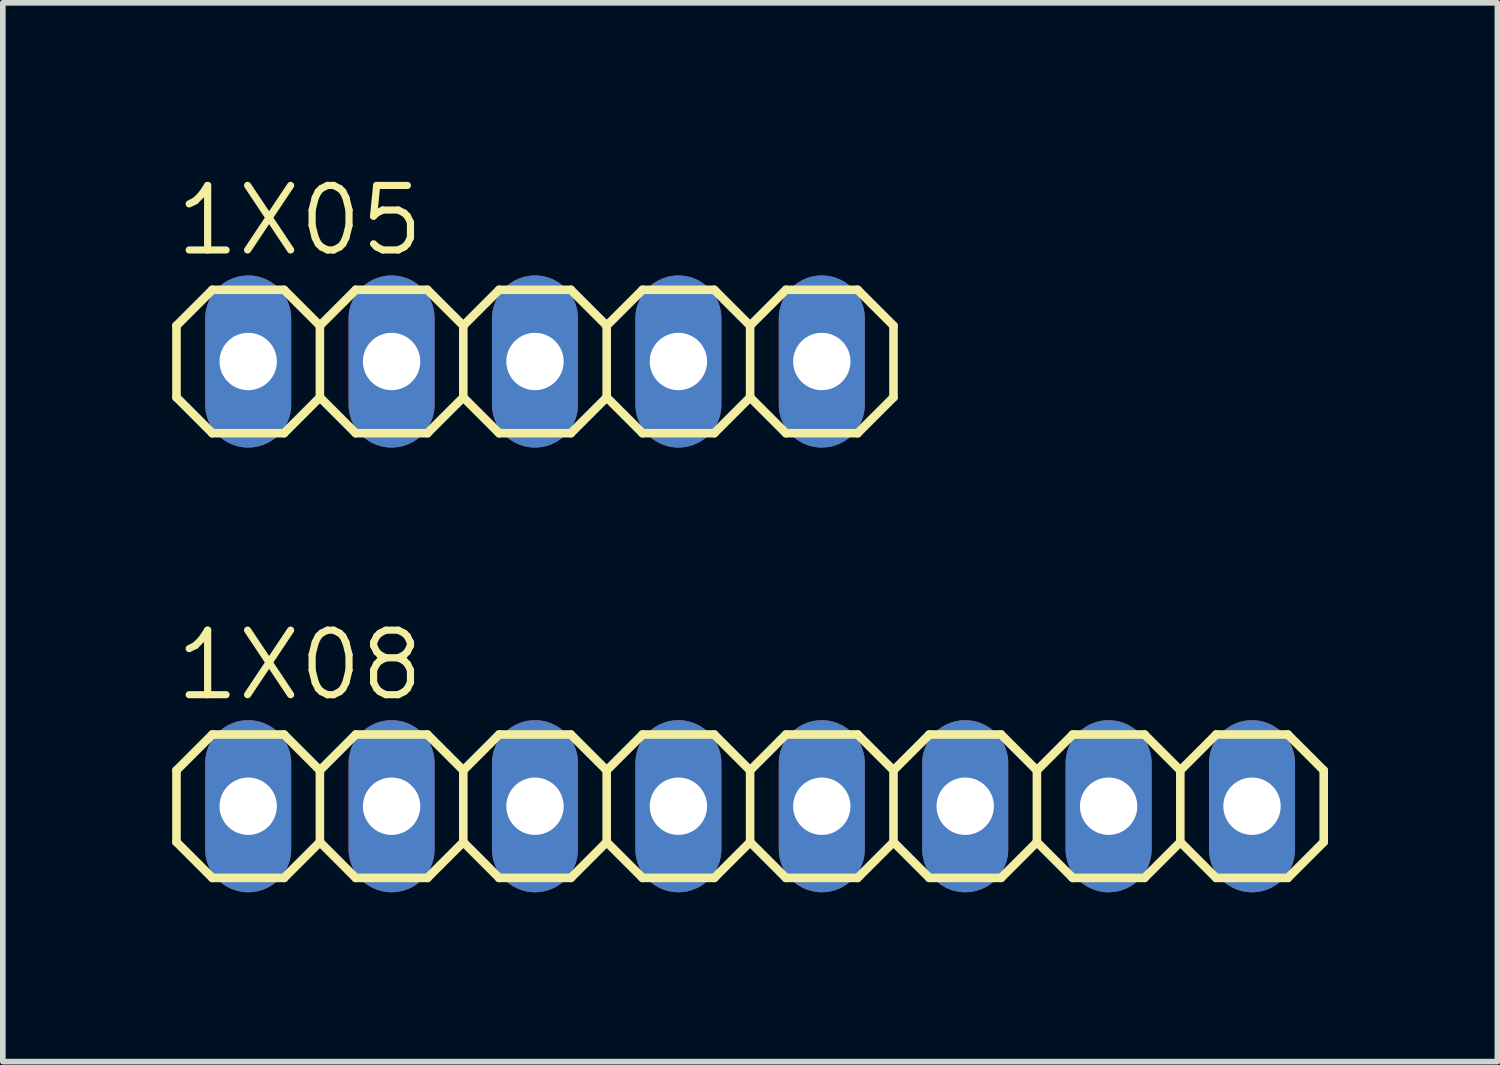
<source format=kicad_pcb>
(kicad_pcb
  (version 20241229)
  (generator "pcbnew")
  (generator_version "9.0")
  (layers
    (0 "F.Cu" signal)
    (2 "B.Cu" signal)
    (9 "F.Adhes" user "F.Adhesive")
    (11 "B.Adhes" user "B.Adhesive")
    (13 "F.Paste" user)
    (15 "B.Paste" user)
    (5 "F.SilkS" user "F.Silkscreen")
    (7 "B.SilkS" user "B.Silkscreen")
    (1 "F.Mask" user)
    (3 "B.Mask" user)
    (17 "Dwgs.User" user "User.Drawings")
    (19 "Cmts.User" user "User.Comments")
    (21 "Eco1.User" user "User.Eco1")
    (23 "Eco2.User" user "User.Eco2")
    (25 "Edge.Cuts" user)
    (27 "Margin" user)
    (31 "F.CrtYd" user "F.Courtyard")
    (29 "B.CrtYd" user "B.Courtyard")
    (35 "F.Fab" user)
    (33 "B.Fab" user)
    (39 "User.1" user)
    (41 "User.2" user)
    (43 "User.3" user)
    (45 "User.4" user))
  (footprint "1X05"
    (layer "F.Cu")
    (at 6.426 3.353)
    (property "Reference" "1X05" (at -6.426 -1.829 0) (layer "F.SilkS") (effects (font (size 1.143 1.143) (thickness 0.127)) (justify left bottom)))
    (fp_line (start -6.35 -0.635) (end -6.35 0.635) (stroke (width 0.152) (type solid)) (layer "F.SilkS"))
    (fp_line (start -6.35 0.635) (end -5.715 1.27) (stroke (width 0.152) (type solid)) (layer "F.SilkS"))
    (fp_line (start -5.715 -1.27) (end -6.35 -0.635) (stroke (width 0.152) (type solid)) (layer "F.SilkS"))
    (fp_line (start -5.715 -1.27) (end -4.445 -1.27) (stroke (width 0.152) (type solid)) (layer "F.SilkS"))
    (fp_line (start -4.445 -1.27) (end -3.81 -0.635) (stroke (width 0.152) (type solid)) (layer "F.SilkS"))
    (fp_line (start -4.445 1.27) (end -5.715 1.27) (stroke (width 0.152) (type solid)) (layer "F.SilkS"))
    (fp_line (start -3.81 -0.635) (end -3.81 0.635) (stroke (width 0.152) (type solid)) (layer "F.SilkS"))
    (fp_line (start -3.81 -0.635) (end -3.175 -1.27) (stroke (width 0.152) (type solid)) (layer "F.SilkS"))
    (fp_line (start -3.81 0.635) (end -4.445 1.27) (stroke (width 0.152) (type solid)) (layer "F.SilkS"))
    (fp_line (start -3.175 -1.27) (end -1.905 -1.27) (stroke (width 0.152) (type solid)) (layer "F.SilkS"))
    (fp_line (start -3.175 1.27) (end -3.81 0.635) (stroke (width 0.152) (type solid)) (layer "F.SilkS"))
    (fp_line (start -1.905 -1.27) (end -1.27 -0.635) (stroke (width 0.152) (type solid)) (layer "F.SilkS"))
    (fp_line (start -1.905 1.27) (end -3.175 1.27) (stroke (width 0.152) (type solid)) (layer "F.SilkS"))
    (fp_line (start -1.27 -0.635) (end -1.27 0.635) (stroke (width 0.152) (type solid)) (layer "F.SilkS"))
    (fp_line (start -1.27 -0.635) (end -0.635 -1.27) (stroke (width 0.152) (type solid)) (layer "F.SilkS"))
    (fp_line (start -1.27 0.635) (end -1.905 1.27) (stroke (width 0.152) (type solid)) (layer "F.SilkS"))
    (fp_line (start -0.635 -1.27) (end 0.635 -1.27) (stroke (width 0.152) (type solid)) (layer "F.SilkS"))
    (fp_line (start -0.635 1.27) (end -1.27 0.635) (stroke (width 0.152) (type solid)) (layer "F.SilkS"))
    (fp_line (start 0.635 -1.27) (end 1.27 -0.635) (stroke (width 0.152) (type solid)) (layer "F.SilkS"))
    (fp_line (start 0.635 1.27) (end -0.635 1.27) (stroke (width 0.152) (type solid)) (layer "F.SilkS"))
    (fp_line (start 1.27 -0.635) (end 1.27 0.635) (stroke (width 0.152) (type solid)) (layer "F.SilkS"))
    (fp_line (start 1.27 0.635) (end 0.635 1.27) (stroke (width 0.152) (type solid)) (layer "F.SilkS"))
    (fp_line (start 1.27 0.635) (end 1.905 1.27) (stroke (width 0.152) (type solid)) (layer "F.SilkS"))
    (fp_line (start 1.905 -1.27) (end 1.27 -0.635) (stroke (width 0.152) (type solid)) (layer "F.SilkS"))
    (fp_line (start 1.905 -1.27) (end 3.175 -1.27) (stroke (width 0.152) (type solid)) (layer "F.SilkS"))
    (fp_line (start 3.175 -1.27) (end 3.81 -0.635) (stroke (width 0.152) (type solid)) (layer "F.SilkS"))
    (fp_line (start 3.175 1.27) (end 1.905 1.27) (stroke (width 0.152) (type solid)) (layer "F.SilkS"))
    (fp_line (start 3.81 -0.635) (end 3.81 0.635) (stroke (width 0.152) (type solid)) (layer "F.SilkS"))
    (fp_line (start 3.81 0.635) (end 3.175 1.27) (stroke (width 0.152) (type solid)) (layer "F.SilkS"))
    (fp_line (start 3.81 0.635) (end 4.445 1.27) (stroke (width 0.152) (type solid)) (layer "F.SilkS"))
    (fp_line (start 4.445 -1.27) (end 3.81 -0.635) (stroke (width 0.152) (type solid)) (layer "F.SilkS"))
    (fp_line (start 4.445 -1.27) (end 5.715 -1.27) (stroke (width 0.152) (type solid)) (layer "F.SilkS"))
    (fp_line (start 5.715 -1.27) (end 6.35 -0.635) (stroke (width 0.152) (type solid)) (layer "F.SilkS"))
    (fp_line (start 5.715 1.27) (end 4.445 1.27) (stroke (width 0.152) (type solid)) (layer "F.SilkS"))
    (fp_line (start 6.35 -0.635) (end 6.35 0.635) (stroke (width 0.152) (type solid)) (layer "F.SilkS"))
    (fp_line (start 6.35 0.635) (end 5.715 1.27) (stroke (width 0.152) (type solid)) (layer "F.SilkS"))
    (fp_poly (pts (xy -5.334 0.254) (xy -4.826 0.254) (xy -4.826 -0.254) (xy -5.334 -0.254)) (stroke (width 0.1) (type default)) (fill no) (layer "F.Fab"))
    (fp_poly (pts (xy -2.794 0.254) (xy -2.286 0.254) (xy -2.286 -0.254) (xy -2.794 -0.254)) (stroke (width 0.1) (type default)) (fill no) (layer "F.Fab"))
    (fp_poly (pts (xy -0.254 0.254) (xy 0.254 0.254) (xy 0.254 -0.254) (xy -0.254 -0.254)) (stroke (width 0.1) (type default)) (fill no) (layer "F.Fab"))
    (fp_poly (pts (xy 2.286 0.254) (xy 2.794 0.254) (xy 2.794 -0.254) (xy 2.286 -0.254)) (stroke (width 0.1) (type default)) (fill no) (layer "F.Fab"))
    (fp_poly (pts (xy 4.826 0.254) (xy 5.334 0.254) (xy 5.334 -0.254) (xy 4.826 -0.254)) (stroke (width 0.1) (type default)) (fill no) (layer "F.Fab"))
    (pad "1" thru_hole oval (at -5.08 0 90) (size 3.048 1.524) (drill 1.016) (layers "*.Cu" "*.Mask"))
    (pad "2" thru_hole oval (at -2.54 0 90) (size 3.048 1.524) (drill 1.016) (layers "*.Cu" "*.Mask"))
    (pad "3" thru_hole oval (at 0 0 90) (size 3.048 1.524) (drill 1.016) (layers "*.Cu" "*.Mask"))
    (pad "4" thru_hole oval (at 2.54 0 90) (size 3.048 1.524) (drill 1.016) (layers "*.Cu" "*.Mask"))
    (pad "5" thru_hole oval (at 5.08 0 90) (size 3.048 1.524) (drill 1.016) (layers "*.Cu" "*.Mask")))
  (footprint "1X08"
    (layer "F.Cu")
    (at 10.236 11.23)
    (property "Reference" "1X08" (at -10.236 -1.829 0) (layer "F.SilkS") (effects (font (size 1.143 1.143) (thickness 0.127)) (justify left bottom)))
    (fp_line (start -10.16 -0.635) (end -10.16 0.635) (stroke (width 0.152) (type solid)) (layer "F.SilkS"))
    (fp_line (start -10.16 0.635) (end -9.525 1.27) (stroke (width 0.152) (type solid)) (layer "F.SilkS"))
    (fp_line (start -9.525 -1.27) (end -10.16 -0.635) (stroke (width 0.152) (type solid)) (layer "F.SilkS"))
    (fp_line (start -9.525 -1.27) (end -8.255 -1.27) (stroke (width 0.152) (type solid)) (layer "F.SilkS"))
    (fp_line (start -8.255 -1.27) (end -7.62 -0.635) (stroke (width 0.152) (type solid)) (layer "F.SilkS"))
    (fp_line (start -8.255 1.27) (end -9.525 1.27) (stroke (width 0.152) (type solid)) (layer "F.SilkS"))
    (fp_line (start -7.62 -0.635) (end -7.62 0.635) (stroke (width 0.152) (type solid)) (layer "F.SilkS"))
    (fp_line (start -7.62 -0.635) (end -6.985 -1.27) (stroke (width 0.152) (type solid)) (layer "F.SilkS"))
    (fp_line (start -7.62 0.635) (end -8.255 1.27) (stroke (width 0.152) (type solid)) (layer "F.SilkS"))
    (fp_line (start -6.985 -1.27) (end -5.715 -1.27) (stroke (width 0.152) (type solid)) (layer "F.SilkS"))
    (fp_line (start -6.985 1.27) (end -7.62 0.635) (stroke (width 0.152) (type solid)) (layer "F.SilkS"))
    (fp_line (start -5.715 -1.27) (end -5.08 -0.635) (stroke (width 0.152) (type solid)) (layer "F.SilkS"))
    (fp_line (start -5.715 1.27) (end -6.985 1.27) (stroke (width 0.152) (type solid)) (layer "F.SilkS"))
    (fp_line (start -5.08 -0.635) (end -5.08 0.635) (stroke (width 0.152) (type solid)) (layer "F.SilkS"))
    (fp_line (start -5.08 -0.635) (end -4.445 -1.27) (stroke (width 0.152) (type solid)) (layer "F.SilkS"))
    (fp_line (start -5.08 0.635) (end -5.715 1.27) (stroke (width 0.152) (type solid)) (layer "F.SilkS"))
    (fp_line (start -4.445 -1.27) (end -3.175 -1.27) (stroke (width 0.152) (type solid)) (layer "F.SilkS"))
    (fp_line (start -4.445 1.27) (end -5.08 0.635) (stroke (width 0.152) (type solid)) (layer "F.SilkS"))
    (fp_line (start -3.175 -1.27) (end -2.54 -0.635) (stroke (width 0.152) (type solid)) (layer "F.SilkS"))
    (fp_line (start -3.175 1.27) (end -4.445 1.27) (stroke (width 0.152) (type solid)) (layer "F.SilkS"))
    (fp_line (start -2.54 -0.635) (end -2.54 0.635) (stroke (width 0.152) (type solid)) (layer "F.SilkS"))
    (fp_line (start -2.54 0.635) (end -3.175 1.27) (stroke (width 0.152) (type solid)) (layer "F.SilkS"))
    (fp_line (start -2.54 0.635) (end -1.905 1.27) (stroke (width 0.152) (type solid)) (layer "F.SilkS"))
    (fp_line (start -1.905 -1.27) (end -2.54 -0.635) (stroke (width 0.152) (type solid)) (layer "F.SilkS"))
    (fp_line (start -1.905 -1.27) (end -0.635 -1.27) (stroke (width 0.152) (type solid)) (layer "F.SilkS"))
    (fp_line (start -0.635 -1.27) (end 0 -0.635) (stroke (width 0.152) (type solid)) (layer "F.SilkS"))
    (fp_line (start -0.635 1.27) (end -1.905 1.27) (stroke (width 0.152) (type solid)) (layer "F.SilkS"))
    (fp_line (start 0 -0.635) (end 0 0.635) (stroke (width 0.152) (type solid)) (layer "F.SilkS"))
    (fp_line (start 0 -0.635) (end 0.635 -1.27) (stroke (width 0.152) (type solid)) (layer "F.SilkS"))
    (fp_line (start 0 0.635) (end -0.635 1.27) (stroke (width 0.152) (type solid)) (layer "F.SilkS"))
    (fp_line (start 0.635 -1.27) (end 1.905 -1.27) (stroke (width 0.152) (type solid)) (layer "F.SilkS"))
    (fp_line (start 0.635 1.27) (end 0 0.635) (stroke (width 0.152) (type solid)) (layer "F.SilkS"))
    (fp_line (start 1.905 -1.27) (end 2.54 -0.635) (stroke (width 0.152) (type solid)) (layer "F.SilkS"))
    (fp_line (start 1.905 1.27) (end 0.635 1.27) (stroke (width 0.152) (type solid)) (layer "F.SilkS"))
    (fp_line (start 2.54 -0.635) (end 2.54 0.635) (stroke (width 0.152) (type solid)) (layer "F.SilkS"))
    (fp_line (start 2.54 -0.635) (end 3.175 -1.27) (stroke (width 0.152) (type solid)) (layer "F.SilkS"))
    (fp_line (start 2.54 0.635) (end 1.905 1.27) (stroke (width 0.152) (type solid)) (layer "F.SilkS"))
    (fp_line (start 3.175 -1.27) (end 4.445 -1.27) (stroke (width 0.152) (type solid)) (layer "F.SilkS"))
    (fp_line (start 3.175 1.27) (end 2.54 0.635) (stroke (width 0.152) (type solid)) (layer "F.SilkS"))
    (fp_line (start 4.445 -1.27) (end 5.08 -0.635) (stroke (width 0.152) (type solid)) (layer "F.SilkS"))
    (fp_line (start 4.445 1.27) (end 3.175 1.27) (stroke (width 0.152) (type solid)) (layer "F.SilkS"))
    (fp_line (start 5.08 -0.635) (end 5.08 0.635) (stroke (width 0.152) (type solid)) (layer "F.SilkS"))
    (fp_line (start 5.08 0.635) (end 4.445 1.27) (stroke (width 0.152) (type solid)) (layer "F.SilkS"))
    (fp_line (start 5.08 0.635) (end 5.715 1.27) (stroke (width 0.152) (type solid)) (layer "F.SilkS"))
    (fp_line (start 5.715 -1.27) (end 5.08 -0.635) (stroke (width 0.152) (type solid)) (layer "F.SilkS"))
    (fp_line (start 5.715 -1.27) (end 6.985 -1.27) (stroke (width 0.152) (type solid)) (layer "F.SilkS"))
    (fp_line (start 6.985 -1.27) (end 7.62 -0.635) (stroke (width 0.152) (type solid)) (layer "F.SilkS"))
    (fp_line (start 6.985 1.27) (end 5.715 1.27) (stroke (width 0.152) (type solid)) (layer "F.SilkS"))
    (fp_line (start 7.62 -0.635) (end 7.62 0.635) (stroke (width 0.152) (type solid)) (layer "F.SilkS"))
    (fp_line (start 7.62 0.635) (end 6.985 1.27) (stroke (width 0.152) (type solid)) (layer "F.SilkS"))
    (fp_line (start 7.62 0.635) (end 8.255 1.27) (stroke (width 0.152) (type solid)) (layer "F.SilkS"))
    (fp_line (start 8.255 -1.27) (end 7.62 -0.635) (stroke (width 0.152) (type solid)) (layer "F.SilkS"))
    (fp_line (start 8.255 -1.27) (end 9.525 -1.27) (stroke (width 0.152) (type solid)) (layer "F.SilkS"))
    (fp_line (start 9.525 -1.27) (end 10.16 -0.635) (stroke (width 0.152) (type solid)) (layer "F.SilkS"))
    (fp_line (start 9.525 1.27) (end 8.255 1.27) (stroke (width 0.152) (type solid)) (layer "F.SilkS"))
    (fp_line (start 10.16 -0.635) (end 10.16 0.635) (stroke (width 0.152) (type solid)) (layer "F.SilkS"))
    (fp_line (start 10.16 0.635) (end 9.525 1.27) (stroke (width 0.152) (type solid)) (layer "F.SilkS"))
    (fp_poly (pts (xy -9.144 0.254) (xy -8.636 0.254) (xy -8.636 -0.254) (xy -9.144 -0.254)) (stroke (width 0.1) (type default)) (fill no) (layer "F.Fab"))
    (fp_poly (pts (xy -6.604 0.254) (xy -6.096 0.254) (xy -6.096 -0.254) (xy -6.604 -0.254)) (stroke (width 0.1) (type default)) (fill no) (layer "F.Fab"))
    (fp_poly (pts (xy -4.064 0.254) (xy -3.556 0.254) (xy -3.556 -0.254) (xy -4.064 -0.254)) (stroke (width 0.1) (type default)) (fill no) (layer "F.Fab"))
    (fp_poly (pts (xy -1.524 0.254) (xy -1.016 0.254) (xy -1.016 -0.254) (xy -1.524 -0.254)) (stroke (width 0.1) (type default)) (fill no) (layer "F.Fab"))
    (fp_poly (pts (xy 1.016 0.254) (xy 1.524 0.254) (xy 1.524 -0.254) (xy 1.016 -0.254)) (stroke (width 0.1) (type default)) (fill no) (layer "F.Fab"))
    (fp_poly (pts (xy 3.556 0.254) (xy 4.064 0.254) (xy 4.064 -0.254) (xy 3.556 -0.254)) (stroke (width 0.1) (type default)) (fill no) (layer "F.Fab"))
    (fp_poly (pts (xy 6.096 0.254) (xy 6.604 0.254) (xy 6.604 -0.254) (xy 6.096 -0.254)) (stroke (width 0.1) (type default)) (fill no) (layer "F.Fab"))
    (fp_poly (pts (xy 8.636 0.254) (xy 9.144 0.254) (xy 9.144 -0.254) (xy 8.636 -0.254)) (stroke (width 0.1) (type default)) (fill no) (layer "F.Fab"))
    (pad "1" thru_hole oval (at -8.89 0 90) (size 3.048 1.524) (drill 1.016) (layers "*.Cu" "*.Mask"))
    (pad "2" thru_hole oval (at -6.35 0 90) (size 3.048 1.524) (drill 1.016) (layers "*.Cu" "*.Mask"))
    (pad "3" thru_hole oval (at -3.81 0 90) (size 3.048 1.524) (drill 1.016) (layers "*.Cu" "*.Mask"))
    (pad "4" thru_hole oval (at -1.27 0 90) (size 3.048 1.524) (drill 1.016) (layers "*.Cu" "*.Mask"))
    (pad "5" thru_hole oval (at 1.27 0 90) (size 3.048 1.524) (drill 1.016) (layers "*.Cu" "*.Mask"))
    (pad "6" thru_hole oval (at 3.81 0 90) (size 3.048 1.524) (drill 1.016) (layers "*.Cu" "*.Mask"))
    (pad "7" thru_hole oval (at 6.35 0 90) (size 3.048 1.524) (drill 1.016) (layers "*.Cu" "*.Mask"))
    (pad "8" thru_hole oval (at 8.89 0 90) (size 3.048 1.524) (drill 1.016) (layers "*.Cu" "*.Mask")))
  (gr_rect
    (start -3 -3)
    (end 23.472 15.754)
    (stroke (width 0.1) (type default))
    (fill no)
    (layer "Edge.Cuts")))
</source>
